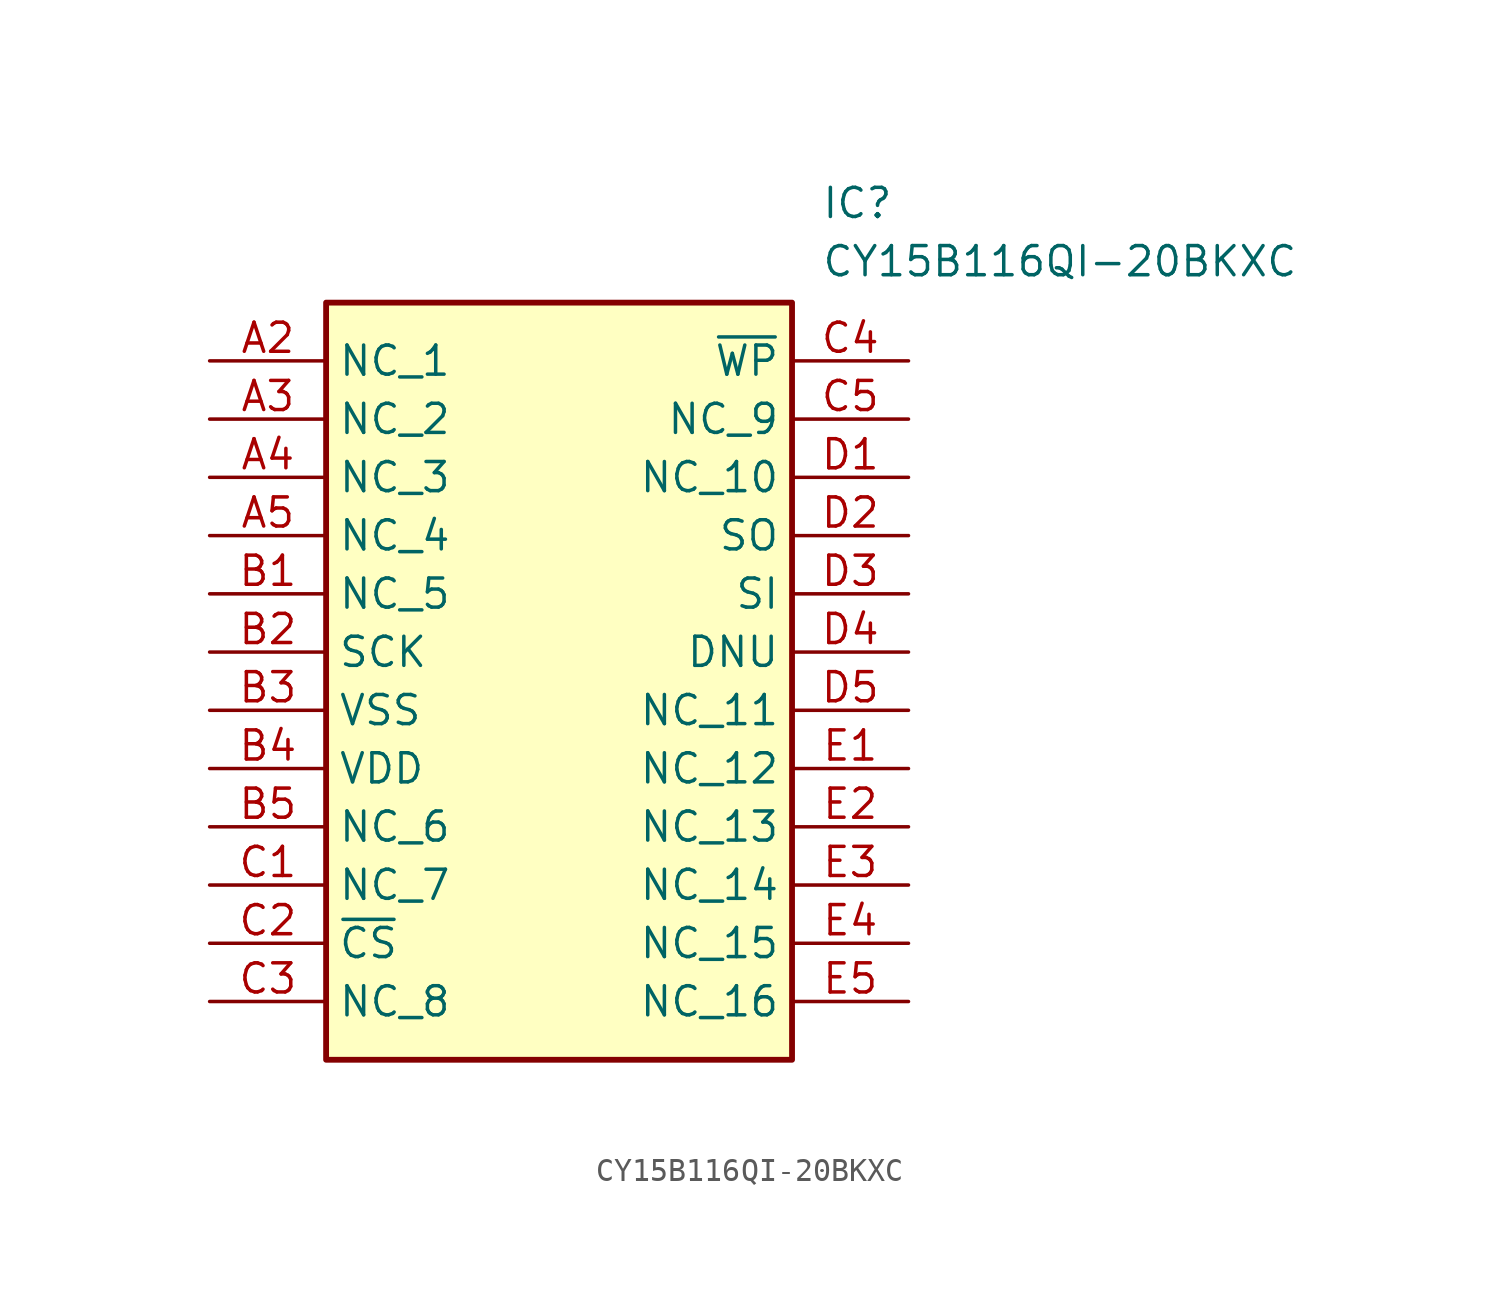
<source format=kicad_sym>
(kicad_symbol_lib
  (version 20211014)
  (generator SamacSys_ECAD_Model)
  (symbol "CY15B116QI-20BKXC"
    (property "Reference" "IC"
      (at 26.67 7.62 0)
      (effects (font (size 1.27 1.27)) (justify left top)))
    (property "Value" "CY15B116QI-20BKXC"
      (at 26.67 5.08 0)
      (effects (font (size 1.27 1.27)) (justify left top)))
    (rectangle
      (start 5.08 2.54)
      (end 25.4 -30.48)
      (stroke (width 0.254) (type default))
      (fill (type background)))
    (pin passive line
      (at 0 0 0)
      (length 5.08)
      (name "NC_1" (effects (font (size 1.27 1.27))))
      (number "A2" (effects (font (size 1.27 1.27)))))
    (pin passive line
      (at 0 -2.54 0)
      (length 5.08)
      (name "NC_2" (effects (font (size 1.27 1.27))))
      (number "A3" (effects (font (size 1.27 1.27)))))
    (pin passive line
      (at 0 -5.08 0)
      (length 5.08)
      (name "NC_3" (effects (font (size 1.27 1.27))))
      (number "A4" (effects (font (size 1.27 1.27)))))
    (pin passive line
      (at 0 -7.62 0)
      (length 5.08)
      (name "NC_4" (effects (font (size 1.27 1.27))))
      (number "A5" (effects (font (size 1.27 1.27)))))
    (pin passive line
      (at 0 -10.16 0)
      (length 5.08)
      (name "NC_5" (effects (font (size 1.27 1.27))))
      (number "B1" (effects (font (size 1.27 1.27)))))
    (pin passive line
      (at 0 -12.7 0)
      (length 5.08)
      (name "SCK" (effects (font (size 1.27 1.27))))
      (number "B2" (effects (font (size 1.27 1.27)))))
    (pin passive line
      (at 0 -15.24 0)
      (length 5.08)
      (name "VSS" (effects (font (size 1.27 1.27))))
      (number "B3" (effects (font (size 1.27 1.27)))))
    (pin passive line
      (at 0 -17.78 0)
      (length 5.08)
      (name "VDD" (effects (font (size 1.27 1.27))))
      (number "B4" (effects (font (size 1.27 1.27)))))
    (pin passive line
      (at 0 -20.32 0)
      (length 5.08)
      (name "NC_6" (effects (font (size 1.27 1.27))))
      (number "B5" (effects (font (size 1.27 1.27)))))
    (pin passive line
      (at 0 -22.86 0)
      (length 5.08)
      (name "NC_7" (effects (font (size 1.27 1.27))))
      (number "C1" (effects (font (size 1.27 1.27)))))
    (pin passive line
      (at 0 -25.4 0)
      (length 5.08)
      (name "~{CS}" (effects (font (size 1.27 1.27))))
      (number "C2" (effects (font (size 1.27 1.27)))))
    (pin passive line
      (at 0 -27.94 0)
      (length 5.08)
      (name "NC_8" (effects (font (size 1.27 1.27))))
      (number "C3" (effects (font (size 1.27 1.27)))))
    (pin passive line
      (at 30.48 0 180)
      (length 5.08)
      (name "~{WP}" (effects (font (size 1.27 1.27))))
      (number "C4" (effects (font (size 1.27 1.27)))))
    (pin passive line
      (at 30.48 -2.54 180)
      (length 5.08)
      (name "NC_9" (effects (font (size 1.27 1.27))))
      (number "C5" (effects (font (size 1.27 1.27)))))
    (pin passive line
      (at 30.48 -5.08 180)
      (length 5.08)
      (name "NC_10" (effects (font (size 1.27 1.27))))
      (number "D1" (effects (font (size 1.27 1.27)))))
    (pin passive line
      (at 30.48 -7.62 180)
      (length 5.08)
      (name "SO" (effects (font (size 1.27 1.27))))
      (number "D2" (effects (font (size 1.27 1.27)))))
    (pin passive line
      (at 30.48 -10.16 180)
      (length 5.08)
      (name "SI" (effects (font (size 1.27 1.27))))
      (number "D3" (effects (font (size 1.27 1.27)))))
    (pin passive line
      (at 30.48 -12.7 180)
      (length 5.08)
      (name "DNU" (effects (font (size 1.27 1.27))))
      (number "D4" (effects (font (size 1.27 1.27)))))
    (pin passive line
      (at 30.48 -15.24 180)
      (length 5.08)
      (name "NC_11" (effects (font (size 1.27 1.27))))
      (number "D5" (effects (font (size 1.27 1.27)))))
    (pin passive line
      (at 30.48 -17.78 180)
      (length 5.08)
      (name "NC_12" (effects (font (size 1.27 1.27))))
      (number "E1" (effects (font (size 1.27 1.27)))))
    (pin passive line
      (at 30.48 -20.32 180)
      (length 5.08)
      (name "NC_13" (effects (font (size 1.27 1.27))))
      (number "E2" (effects (font (size 1.27 1.27)))))
    (pin passive line
      (at 30.48 -22.86 180)
      (length 5.08)
      (name "NC_14" (effects (font (size 1.27 1.27))))
      (number "E3" (effects (font (size 1.27 1.27)))))
    (pin passive line
      (at 30.48 -25.4 180)
      (length 5.08)
      (name "NC_15" (effects (font (size 1.27 1.27))))
      (number "E4" (effects (font (size 1.27 1.27)))))
    (pin passive line
      (at 30.48 -27.94 180)
      (length 5.08)
      (name "NC_16" (effects (font (size 1.27 1.27))))
      (number "E5" (effects (font (size 1.27 1.27)))))))
</source>
